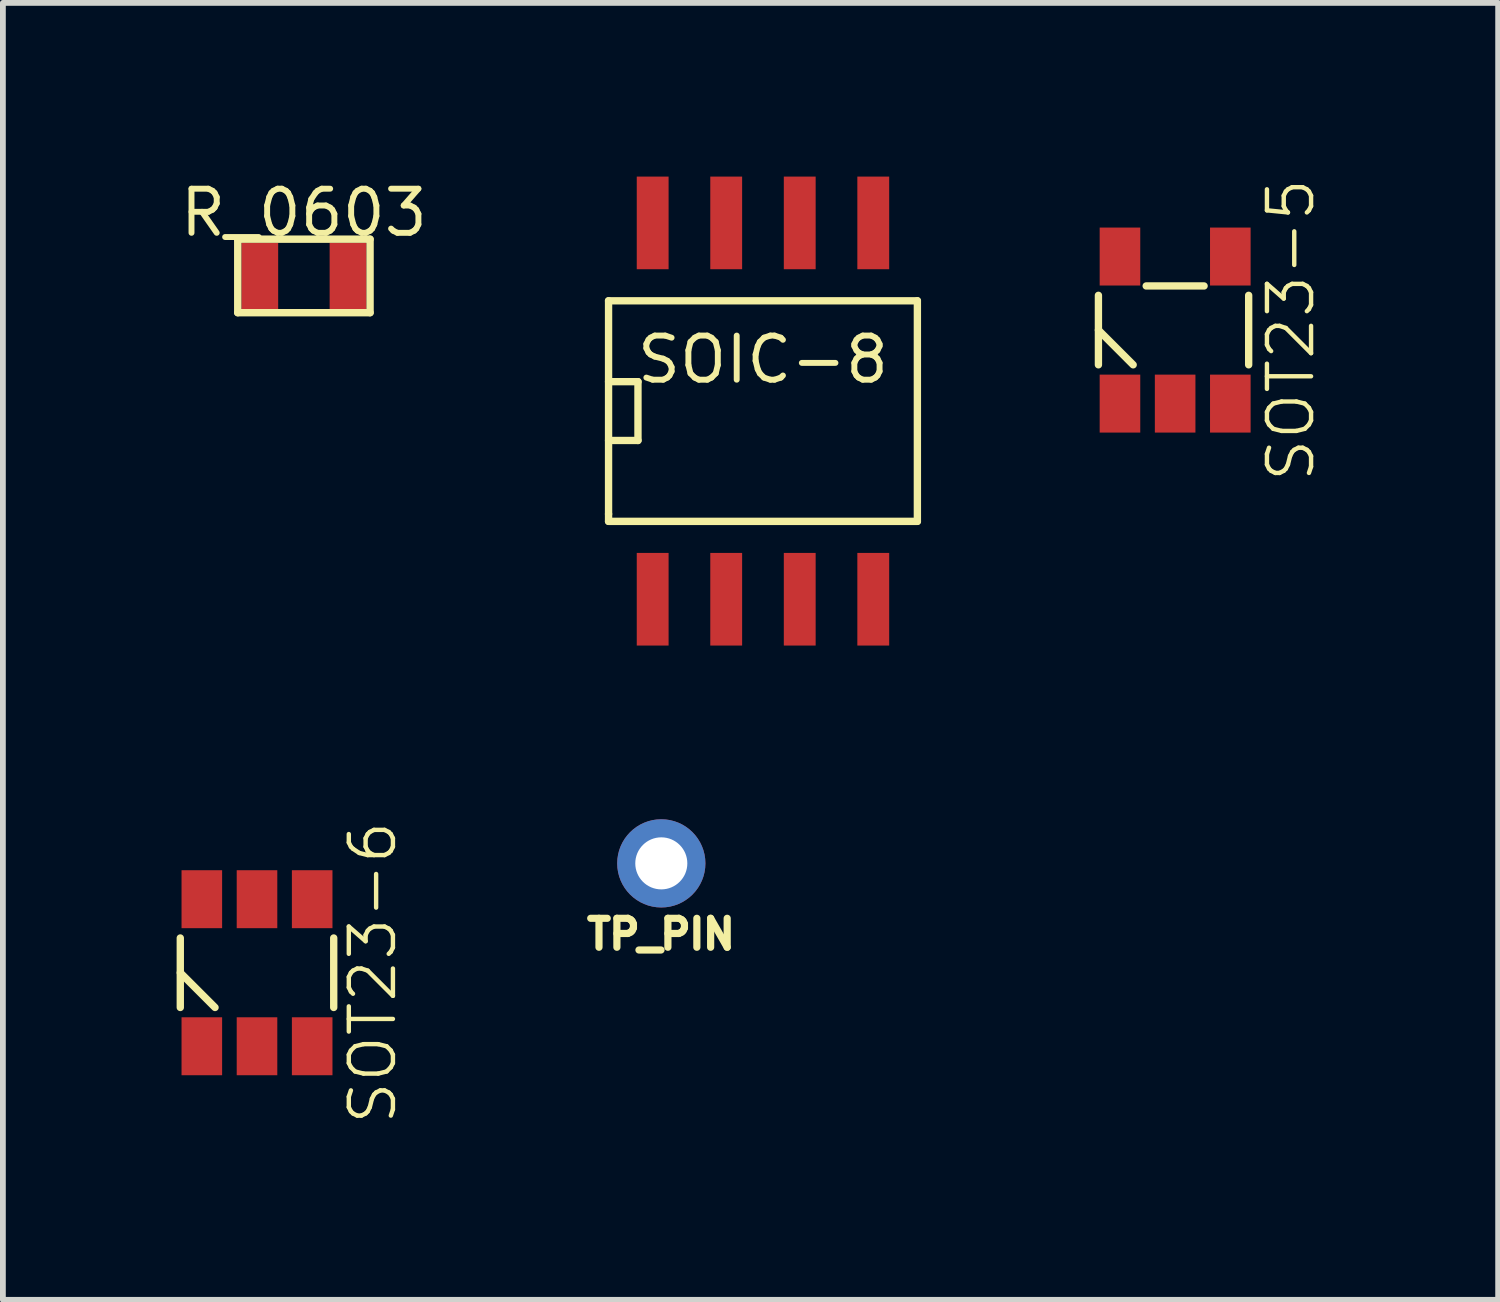
<source format=kicad_pcb>
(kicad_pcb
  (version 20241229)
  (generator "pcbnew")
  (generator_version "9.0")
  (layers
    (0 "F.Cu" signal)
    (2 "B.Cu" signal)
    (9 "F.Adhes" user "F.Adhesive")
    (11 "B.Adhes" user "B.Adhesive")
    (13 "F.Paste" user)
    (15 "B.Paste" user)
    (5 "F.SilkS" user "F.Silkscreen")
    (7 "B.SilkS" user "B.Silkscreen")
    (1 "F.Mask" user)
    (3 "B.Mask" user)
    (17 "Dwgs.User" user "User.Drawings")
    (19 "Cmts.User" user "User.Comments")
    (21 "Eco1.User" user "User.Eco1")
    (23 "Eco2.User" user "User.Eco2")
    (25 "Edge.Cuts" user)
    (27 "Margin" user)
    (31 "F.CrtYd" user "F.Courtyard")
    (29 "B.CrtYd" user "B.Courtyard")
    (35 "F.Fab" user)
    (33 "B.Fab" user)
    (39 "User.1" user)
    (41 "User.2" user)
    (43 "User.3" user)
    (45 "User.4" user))
  (footprint "R_0603"
    (layer "F.Cu")
    (at 2.199 1.716)
    (property "Reference" "R_0603" (at 0 -1.092 0) (layer "F.SilkS") (effects (font (size 0.762 0.762) (thickness 0.102))))
    (attr smd)
    (fp_line (start -1.143 -0.635) (end 1.143 -0.635) (stroke (width 0.127) (type solid)) (layer "F.SilkS"))
    (fp_line (start -1.143 0.635) (end -1.143 -0.635) (stroke (width 0.127) (type solid)) (layer "F.SilkS"))
    (fp_line (start 1.143 -0.635) (end 1.143 0.635) (stroke (width 0.127) (type solid)) (layer "F.SilkS"))
    (fp_line (start 1.143 0.635) (end -1.143 0.635) (stroke (width 0.127) (type solid)) (layer "F.SilkS"))
    (pad "1" smd rect (at -0.762 0) (size 0.635 1.143) (layers "F.Cu" "F.Mask" "F.Paste"))
    (pad "2" smd rect (at 0.762 0) (size 0.635 1.143) (layers "F.Cu" "F.Mask" "F.Paste")))
  (footprint "SOT23-5"
    (layer "F.Cu")
    (at 17.247 2.651)
    (property "Reference" "SOT23-5" (at 1.999 0 90) (layer "F.SilkS") (effects (font (size 0.762 0.762) (thickness 0.076))))
    (attr through_hole)
    (fp_line (start -1.325 0.6) (end -1.325 -0.6) (stroke (width 0.127) (type solid)) (layer "F.SilkS"))
    (fp_line (start -0.725 0.6) (end -1.325 0) (stroke (width 0.127) (type solid)) (layer "F.SilkS"))
    (fp_line (start -0.5 -0.762) (end 0.5 -0.762) (stroke (width 0.127) (type solid)) (layer "F.SilkS"))
    (fp_line (start 1.27 -0.6) (end 1.27 0.6) (stroke (width 0.127) (type solid)) (layer "F.SilkS"))
    (pad "1" smd rect (at -0.953 1.27) (size 0.701 1.001) (layers "F.Cu" "F.Mask" "F.Paste"))
    (pad "2" smd rect (at 0 1.27) (size 0.701 1.001) (layers "F.Cu" "F.Mask" "F.Paste"))
    (pad "3" smd rect (at 0.953 1.27) (size 0.701 1.001) (layers "F.Cu" "F.Mask" "F.Paste"))
    (pad "4" smd rect (at 0.953 -1.27) (size 0.701 1.001) (layers "F.Cu" "F.Mask" "F.Paste"))
    (pad "5" smd rect (at -0.953 -1.27) (size 0.701 1.001) (layers "F.Cu" "F.Mask" "F.Paste")))
  (footprint "SOIC-8"
    (layer "F.Cu")
    (at 10.128 4.05)
    (property "Reference" "SOIC-8" (at 0 -0.889 0) (layer "F.SilkS") (effects (font (size 0.762 0.762) (thickness 0.102))))
    (attr through_hole)
    (fp_line (start -2.667 -1.905) (end -2.667 1.778) (stroke (width 0.127) (type solid)) (layer "F.SilkS"))
    (fp_line (start -2.667 -0.508) (end -2.159 -0.508) (stroke (width 0.127) (type solid)) (layer "F.SilkS"))
    (fp_line (start -2.667 1.778) (end -2.667 1.905) (stroke (width 0.127) (type solid)) (layer "F.SilkS"))
    (fp_line (start -2.667 1.905) (end 2.667 1.905) (stroke (width 0.127) (type solid)) (layer "F.SilkS"))
    (fp_line (start -2.159 -0.508) (end -2.159 0.508) (stroke (width 0.127) (type solid)) (layer "F.SilkS"))
    (fp_line (start -2.159 0.508) (end -2.667 0.508) (stroke (width 0.127) (type solid)) (layer "F.SilkS"))
    (fp_line (start 2.667 -1.905) (end -2.667 -1.905) (stroke (width 0.127) (type solid)) (layer "F.SilkS"))
    (fp_line (start 2.667 -1.905) (end 2.667 1.905) (stroke (width 0.127) (type solid)) (layer "F.SilkS"))
    (pad "1" smd rect (at -1.905 3.25) (size 0.55 1.6) (layers "F.Cu" "F.Mask" "F.Paste"))
    (pad "2" smd rect (at -0.635 3.25) (size 0.55 1.6) (layers "F.Cu" "F.Mask" "F.Paste"))
    (pad "3" smd rect (at 0.635 3.25) (size 0.55 1.6) (layers "F.Cu" "F.Mask" "F.Paste"))
    (pad "4" smd rect (at 1.905 3.25) (size 0.55 1.6) (layers "F.Cu" "F.Mask" "F.Paste"))
    (pad "5" smd rect (at 1.905 -3.25) (size 0.55 1.6) (layers "F.Cu" "F.Mask" "F.Paste"))
    (pad "6" smd rect (at 0.635 -3.25) (size 0.55 1.6) (layers "F.Cu" "F.Mask" "F.Paste"))
    (pad "7" smd rect (at -0.635 -3.25) (size 0.55 1.6) (layers "F.Cu" "F.Mask" "F.Paste"))
    (pad "8" smd rect (at -1.905 -3.25) (size 0.55 1.6) (layers "F.Cu" "F.Mask" "F.Paste")))
  (footprint "SOT23-6"
    (layer "F.Cu")
    (at 1.389 13.751)
    (property "Reference" "SOT23-6" (at 1.999 0 90) (layer "F.SilkS") (effects (font (size 0.762 0.762) (thickness 0.076))))
    (attr through_hole)
    (fp_line (start -1.325 0.6) (end -1.325 -0.6) (stroke (width 0.127) (type solid)) (layer "F.SilkS"))
    (fp_line (start -0.725 0.6) (end -1.325 0) (stroke (width 0.127) (type solid)) (layer "F.SilkS"))
    (fp_line (start 1.325 -0.6) (end 1.325 0.6) (stroke (width 0.127) (type solid)) (layer "F.SilkS"))
    (pad "1" smd rect (at -0.953 1.27) (size 0.701 1.001) (layers "F.Cu" "F.Mask" "F.Paste"))
    (pad "2" smd rect (at 0 1.27) (size 0.701 1.001) (layers "F.Cu" "F.Mask" "F.Paste"))
    (pad "3" smd rect (at 0.953 1.27) (size 0.701 1.001) (layers "F.Cu" "F.Mask" "F.Paste"))
    (pad "4" smd rect (at 0.953 -1.27) (size 0.701 1.001) (layers "F.Cu" "F.Mask" "F.Paste"))
    (pad "5" smd rect (at 0 -1.27) (size 0.701 1.001) (layers "F.Cu" "F.Mask" "F.Paste"))
    (pad "6" smd rect (at -0.953 -1.27) (size 0.701 1.001) (layers "F.Cu" "F.Mask" "F.Paste")))
  (footprint "TP_PIN"
    (layer "F.Cu")
    (at 8.372 11.862)
    (property "Reference" "TP_PIN" (at -0.005 1.224 0) (layer "F.SilkS") (effects (font (size 0.5 0.5) (thickness 0.124))))
    (attr through_hole)
    (pad "1" thru_hole circle (at 0 0) (size 1.524 1.524) (drill 0.899) (layers "*.Cu" "*.Mask")))
  (gr_rect
    (start -3 -3)
    (end 22.826 19.401)
    (stroke (width 0.1) (type default))
    (fill no)
    (layer "Edge.Cuts")))
</source>
